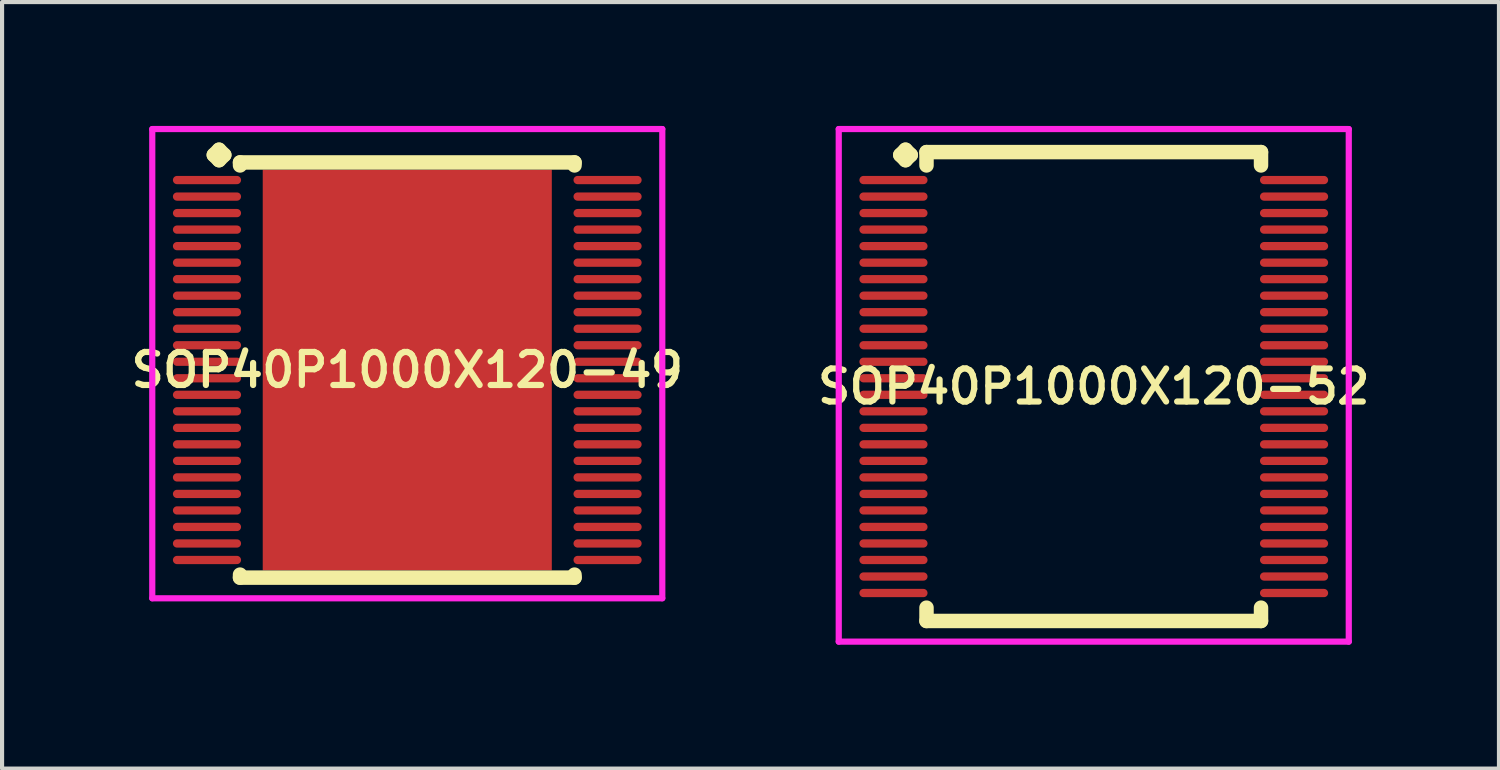
<source format=kicad_pcb>
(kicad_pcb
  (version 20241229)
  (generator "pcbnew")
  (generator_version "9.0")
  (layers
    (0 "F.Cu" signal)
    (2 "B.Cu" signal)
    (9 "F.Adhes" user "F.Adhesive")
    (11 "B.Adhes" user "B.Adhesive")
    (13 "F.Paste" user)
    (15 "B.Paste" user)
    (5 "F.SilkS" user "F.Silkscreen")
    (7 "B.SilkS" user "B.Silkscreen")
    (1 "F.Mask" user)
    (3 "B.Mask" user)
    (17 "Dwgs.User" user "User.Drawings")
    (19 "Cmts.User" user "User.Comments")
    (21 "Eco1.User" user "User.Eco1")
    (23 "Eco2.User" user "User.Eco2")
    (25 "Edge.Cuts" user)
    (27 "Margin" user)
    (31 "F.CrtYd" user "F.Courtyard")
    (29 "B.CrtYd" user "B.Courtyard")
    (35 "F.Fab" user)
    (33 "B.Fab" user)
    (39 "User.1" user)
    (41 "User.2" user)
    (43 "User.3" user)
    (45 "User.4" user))
  (footprint "SOP40P1000X120-52"
    (layer "F.Cu")
    (at 23.435 6.31)
    (property "Reference" "SOP40P1000X120-52" (at 0 0 0) (layer "F.SilkS") (effects (font (size 0.8 0.8) (thickness 0.15))))
    (attr smd)
    (fp_line (start -4.685 -5.608) (end -4.558 -5.735) (stroke (width 0.35) (type solid)) (layer "F.SilkS"))
    (fp_line (start -4.558 -5.735) (end -4.431 -5.608) (stroke (width 0.35) (type solid)) (layer "F.SilkS"))
    (fp_line (start -4.558 -5.481) (end -4.685 -5.608) (stroke (width 0.35) (type solid)) (layer "F.SilkS"))
    (fp_line (start -4.431 -5.608) (end -4.558 -5.481) (stroke (width 0.35) (type solid)) (layer "F.SilkS"))
    (fp_line (start -4.05 -5.677) (end 4.05 -5.677) (stroke (width 0.35) (type solid)) (layer "F.SilkS"))
    (fp_line (start -4.05 -5.354) (end -4.05 -5.677) (stroke (width 0.35) (type solid)) (layer "F.SilkS"))
    (fp_line (start -4.05 5.354) (end -4.05 5.677) (stroke (width 0.35) (type solid)) (layer "F.SilkS"))
    (fp_line (start -4.05 5.677) (end 4.05 5.677) (stroke (width 0.35) (type solid)) (layer "F.SilkS"))
    (fp_line (start 4.05 -5.677) (end 4.05 -5.354) (stroke (width 0.35) (type solid)) (layer "F.SilkS"))
    (fp_line (start 4.05 5.677) (end 4.05 5.354) (stroke (width 0.35) (type solid)) (layer "F.SilkS"))
    (fp_line (start -6.175 -6.235) (end 6.175 -6.235) (stroke (width 0.15) (type solid)) (layer "F.CrtYd"))
    (fp_line (start -6.175 6.177) (end -6.175 -6.235) (stroke (width 0.15) (type solid)) (layer "F.CrtYd"))
    (fp_line (start 6.175 -6.235) (end 6.175 6.177) (stroke (width 0.15) (type solid)) (layer "F.CrtYd"))
    (fp_line (start 6.175 6.177) (end -6.175 6.177) (stroke (width 0.15) (type solid)) (layer "F.CrtYd"))
    (pad "1" smd oval (at -4.85 -5) (size 1.65 0.2) (layers "F.Cu" "F.Mask" "F.Paste"))
    (pad "2" smd oval (at -4.85 -4.6) (size 1.65 0.2) (layers "F.Cu" "F.Mask" "F.Paste"))
    (pad "3" smd oval (at -4.85 -4.2) (size 1.65 0.2) (layers "F.Cu" "F.Mask" "F.Paste"))
    (pad "4" smd oval (at -4.85 -3.8) (size 1.65 0.2) (layers "F.Cu" "F.Mask" "F.Paste"))
    (pad "5" smd oval (at -4.85 -3.4) (size 1.65 0.2) (layers "F.Cu" "F.Mask" "F.Paste"))
    (pad "6" smd oval (at -4.85 -3) (size 1.65 0.2) (layers "F.Cu" "F.Mask" "F.Paste"))
    (pad "7" smd oval (at -4.85 -2.6) (size 1.65 0.2) (layers "F.Cu" "F.Mask" "F.Paste"))
    (pad "8" smd oval (at -4.85 -2.2) (size 1.65 0.2) (layers "F.Cu" "F.Mask" "F.Paste"))
    (pad "9" smd oval (at -4.85 -1.8) (size 1.65 0.2) (layers "F.Cu" "F.Mask" "F.Paste"))
    (pad "10" smd oval (at -4.85 -1.4) (size 1.65 0.2) (layers "F.Cu" "F.Mask" "F.Paste"))
    (pad "11" smd oval (at -4.85 -1) (size 1.65 0.2) (layers "F.Cu" "F.Mask" "F.Paste"))
    (pad "12" smd oval (at -4.85 -0.6) (size 1.65 0.2) (layers "F.Cu" "F.Mask" "F.Paste"))
    (pad "13" smd oval (at -4.85 -0.2) (size 1.65 0.2) (layers "F.Cu" "F.Mask" "F.Paste"))
    (pad "14" smd oval (at -4.85 0.2) (size 1.65 0.2) (layers "F.Cu" "F.Mask" "F.Paste"))
    (pad "15" smd oval (at -4.85 0.6) (size 1.65 0.2) (layers "F.Cu" "F.Mask" "F.Paste"))
    (pad "16" smd oval (at -4.85 1) (size 1.65 0.2) (layers "F.Cu" "F.Mask" "F.Paste"))
    (pad "17" smd oval (at -4.85 1.4) (size 1.65 0.2) (layers "F.Cu" "F.Mask" "F.Paste"))
    (pad "18" smd oval (at -4.85 1.8) (size 1.65 0.2) (layers "F.Cu" "F.Mask" "F.Paste"))
    (pad "19" smd oval (at -4.85 2.2) (size 1.65 0.2) (layers "F.Cu" "F.Mask" "F.Paste"))
    (pad "20" smd oval (at -4.85 2.6) (size 1.65 0.2) (layers "F.Cu" "F.Mask" "F.Paste"))
    (pad "21" smd oval (at -4.85 3) (size 1.65 0.2) (layers "F.Cu" "F.Mask" "F.Paste"))
    (pad "22" smd oval (at -4.85 3.4) (size 1.65 0.2) (layers "F.Cu" "F.Mask" "F.Paste"))
    (pad "23" smd oval (at -4.85 3.8) (size 1.65 0.2) (layers "F.Cu" "F.Mask" "F.Paste"))
    (pad "24" smd oval (at -4.85 4.2) (size 1.65 0.2) (layers "F.Cu" "F.Mask" "F.Paste"))
    (pad "25" smd oval (at -4.85 4.6) (size 1.65 0.2) (layers "F.Cu" "F.Mask" "F.Paste"))
    (pad "26" smd oval (at -4.85 5) (size 1.65 0.2) (layers "F.Cu" "F.Mask" "F.Paste"))
    (pad "27" smd oval (at 4.85 5) (size 1.65 0.2) (layers "F.Cu" "F.Mask" "F.Paste"))
    (pad "28" smd oval (at 4.85 4.6) (size 1.65 0.2) (layers "F.Cu" "F.Mask" "F.Paste"))
    (pad "29" smd oval (at 4.85 4.2) (size 1.65 0.2) (layers "F.Cu" "F.Mask" "F.Paste"))
    (pad "30" smd oval (at 4.85 3.8) (size 1.65 0.2) (layers "F.Cu" "F.Mask" "F.Paste"))
    (pad "31" smd oval (at 4.85 3.4) (size 1.65 0.2) (layers "F.Cu" "F.Mask" "F.Paste"))
    (pad "32" smd oval (at 4.85 3) (size 1.65 0.2) (layers "F.Cu" "F.Mask" "F.Paste"))
    (pad "33" smd oval (at 4.85 2.6) (size 1.65 0.2) (layers "F.Cu" "F.Mask" "F.Paste"))
    (pad "34" smd oval (at 4.85 2.2) (size 1.65 0.2) (layers "F.Cu" "F.Mask" "F.Paste"))
    (pad "35" smd oval (at 4.85 1.8) (size 1.65 0.2) (layers "F.Cu" "F.Mask" "F.Paste"))
    (pad "36" smd oval (at 4.85 1.4) (size 1.65 0.2) (layers "F.Cu" "F.Mask" "F.Paste"))
    (pad "37" smd oval (at 4.85 1) (size 1.65 0.2) (layers "F.Cu" "F.Mask" "F.Paste"))
    (pad "38" smd oval (at 4.85 0.6) (size 1.65 0.2) (layers "F.Cu" "F.Mask" "F.Paste"))
    (pad "39" smd oval (at 4.85 0.2) (size 1.65 0.2) (layers "F.Cu" "F.Mask" "F.Paste"))
    (pad "40" smd oval (at 4.85 -0.2) (size 1.65 0.2) (layers "F.Cu" "F.Mask" "F.Paste"))
    (pad "41" smd oval (at 4.85 -0.6) (size 1.65 0.2) (layers "F.Cu" "F.Mask" "F.Paste"))
    (pad "42" smd oval (at 4.85 -1) (size 1.65 0.2) (layers "F.Cu" "F.Mask" "F.Paste"))
    (pad "43" smd oval (at 4.85 -1.4) (size 1.65 0.2) (layers "F.Cu" "F.Mask" "F.Paste"))
    (pad "44" smd oval (at 4.85 -1.8) (size 1.65 0.2) (layers "F.Cu" "F.Mask" "F.Paste"))
    (pad "45" smd oval (at 4.85 -2.2) (size 1.65 0.2) (layers "F.Cu" "F.Mask" "F.Paste"))
    (pad "46" smd oval (at 4.85 -2.6) (size 1.65 0.2) (layers "F.Cu" "F.Mask" "F.Paste"))
    (pad "47" smd oval (at 4.85 -3) (size 1.65 0.2) (layers "F.Cu" "F.Mask" "F.Paste"))
    (pad "48" smd oval (at 4.85 -3.4) (size 1.65 0.2) (layers "F.Cu" "F.Mask" "F.Paste"))
    (pad "49" smd oval (at 4.85 -3.8) (size 1.65 0.2) (layers "F.Cu" "F.Mask" "F.Paste"))
    (pad "50" smd oval (at 4.85 -4.2) (size 1.65 0.2) (layers "F.Cu" "F.Mask" "F.Paste"))
    (pad "51" smd oval (at 4.85 -4.6) (size 1.65 0.2) (layers "F.Cu" "F.Mask" "F.Paste"))
    (pad "52" smd oval (at 4.85 -5) (size 1.65 0.2) (layers "F.Cu" "F.Mask" "F.Paste")))
  (footprint "SOP40P1000X120-49"
    (layer "F.Cu")
    (at 6.812 5.91)
    (property "Reference" "SOP40P1000X120-49" (at 0 0 0) (layer "F.SilkS") (effects (font (size 0.8 0.8) (thickness 0.15))))
    (attr smd)
    (fp_line (start -4.685 -5.208) (end -4.558 -5.335) (stroke (width 0.35) (type solid)) (layer "F.SilkS"))
    (fp_line (start -4.558 -5.335) (end -4.431 -5.208) (stroke (width 0.35) (type solid)) (layer "F.SilkS"))
    (fp_line (start -4.558 -5.081) (end -4.685 -5.208) (stroke (width 0.35) (type solid)) (layer "F.SilkS"))
    (fp_line (start -4.431 -5.208) (end -4.558 -5.081) (stroke (width 0.35) (type solid)) (layer "F.SilkS"))
    (fp_line (start -4.05 -5.027) (end 4.05 -5.027) (stroke (width 0.35) (type solid)) (layer "F.SilkS"))
    (fp_line (start -4.05 -4.954) (end -4.05 -5.027) (stroke (width 0.35) (type solid)) (layer "F.SilkS"))
    (fp_line (start -4.05 4.954) (end -4.05 5.027) (stroke (width 0.35) (type solid)) (layer "F.SilkS"))
    (fp_line (start -4.05 5.027) (end 4.05 5.027) (stroke (width 0.35) (type solid)) (layer "F.SilkS"))
    (fp_line (start 4.05 -5.027) (end 4.05 -4.954) (stroke (width 0.35) (type solid)) (layer "F.SilkS"))
    (fp_line (start 4.05 5.027) (end 4.05 4.954) (stroke (width 0.35) (type solid)) (layer "F.SilkS"))
    (fp_line (start -6.175 -5.835) (end 6.175 -5.835) (stroke (width 0.15) (type solid)) (layer "F.CrtYd"))
    (fp_line (start -6.175 5.527) (end -6.175 -5.835) (stroke (width 0.15) (type solid)) (layer "F.CrtYd"))
    (fp_line (start 6.175 -5.835) (end 6.175 5.527) (stroke (width 0.15) (type solid)) (layer "F.CrtYd"))
    (fp_line (start 6.175 5.527) (end -6.175 5.527) (stroke (width 0.15) (type solid)) (layer "F.CrtYd"))
    (pad "1" smd oval (at -4.85 -4.6) (size 1.65 0.2) (layers "F.Cu" "F.Mask" "F.Paste"))
    (pad "2" smd oval (at -4.85 -4.2) (size 1.65 0.2) (layers "F.Cu" "F.Mask" "F.Paste"))
    (pad "3" smd oval (at -4.85 -3.8) (size 1.65 0.2) (layers "F.Cu" "F.Mask" "F.Paste"))
    (pad "4" smd oval (at -4.85 -3.4) (size 1.65 0.2) (layers "F.Cu" "F.Mask" "F.Paste"))
    (pad "5" smd oval (at -4.85 -3) (size 1.65 0.2) (layers "F.Cu" "F.Mask" "F.Paste"))
    (pad "6" smd oval (at -4.85 -2.6) (size 1.65 0.2) (layers "F.Cu" "F.Mask" "F.Paste"))
    (pad "7" smd oval (at -4.85 -2.2) (size 1.65 0.2) (layers "F.Cu" "F.Mask" "F.Paste"))
    (pad "8" smd oval (at -4.85 -1.8) (size 1.65 0.2) (layers "F.Cu" "F.Mask" "F.Paste"))
    (pad "9" smd oval (at -4.85 -1.4) (size 1.65 0.2) (layers "F.Cu" "F.Mask" "F.Paste"))
    (pad "10" smd oval (at -4.85 -1) (size 1.65 0.2) (layers "F.Cu" "F.Mask" "F.Paste"))
    (pad "11" smd oval (at -4.85 -0.6) (size 1.65 0.2) (layers "F.Cu" "F.Mask" "F.Paste"))
    (pad "12" smd oval (at -4.85 -0.2) (size 1.65 0.2) (layers "F.Cu" "F.Mask" "F.Paste"))
    (pad "13" smd oval (at -4.85 0.2) (size 1.65 0.2) (layers "F.Cu" "F.Mask" "F.Paste"))
    (pad "14" smd oval (at -4.85 0.6) (size 1.65 0.2) (layers "F.Cu" "F.Mask" "F.Paste"))
    (pad "15" smd oval (at -4.85 1) (size 1.65 0.2) (layers "F.Cu" "F.Mask" "F.Paste"))
    (pad "16" smd oval (at -4.85 1.4) (size 1.65 0.2) (layers "F.Cu" "F.Mask" "F.Paste"))
    (pad "17" smd oval (at -4.85 1.8) (size 1.65 0.2) (layers "F.Cu" "F.Mask" "F.Paste"))
    (pad "18" smd oval (at -4.85 2.2) (size 1.65 0.2) (layers "F.Cu" "F.Mask" "F.Paste"))
    (pad "19" smd oval (at -4.85 2.6) (size 1.65 0.2) (layers "F.Cu" "F.Mask" "F.Paste"))
    (pad "20" smd oval (at -4.85 3) (size 1.65 0.2) (layers "F.Cu" "F.Mask" "F.Paste"))
    (pad "21" smd oval (at -4.85 3.4) (size 1.65 0.2) (layers "F.Cu" "F.Mask" "F.Paste"))
    (pad "22" smd oval (at -4.85 3.8) (size 1.65 0.2) (layers "F.Cu" "F.Mask" "F.Paste"))
    (pad "23" smd oval (at -4.85 4.2) (size 1.65 0.2) (layers "F.Cu" "F.Mask" "F.Paste"))
    (pad "24" smd oval (at -4.85 4.6) (size 1.65 0.2) (layers "F.Cu" "F.Mask" "F.Paste"))
    (pad "25" smd oval (at 4.85 4.6) (size 1.65 0.2) (layers "F.Cu" "F.Mask" "F.Paste"))
    (pad "26" smd oval (at 4.85 4.2) (size 1.65 0.2) (layers "F.Cu" "F.Mask" "F.Paste"))
    (pad "27" smd oval (at 4.85 3.8) (size 1.65 0.2) (layers "F.Cu" "F.Mask" "F.Paste"))
    (pad "28" smd oval (at 4.85 3.4) (size 1.65 0.2) (layers "F.Cu" "F.Mask" "F.Paste"))
    (pad "29" smd oval (at 4.85 3) (size 1.65 0.2) (layers "F.Cu" "F.Mask" "F.Paste"))
    (pad "30" smd oval (at 4.85 2.6) (size 1.65 0.2) (layers "F.Cu" "F.Mask" "F.Paste"))
    (pad "31" smd oval (at 4.85 2.2) (size 1.65 0.2) (layers "F.Cu" "F.Mask" "F.Paste"))
    (pad "32" smd oval (at 4.85 1.8) (size 1.65 0.2) (layers "F.Cu" "F.Mask" "F.Paste"))
    (pad "33" smd oval (at 4.85 1.4) (size 1.65 0.2) (layers "F.Cu" "F.Mask" "F.Paste"))
    (pad "34" smd oval (at 4.85 1) (size 1.65 0.2) (layers "F.Cu" "F.Mask" "F.Paste"))
    (pad "35" smd oval (at 4.85 0.6) (size 1.65 0.2) (layers "F.Cu" "F.Mask" "F.Paste"))
    (pad "36" smd oval (at 4.85 0.2) (size 1.65 0.2) (layers "F.Cu" "F.Mask" "F.Paste"))
    (pad "37" smd oval (at 4.85 -0.2) (size 1.65 0.2) (layers "F.Cu" "F.Mask" "F.Paste"))
    (pad "38" smd oval (at 4.85 -0.6) (size 1.65 0.2) (layers "F.Cu" "F.Mask" "F.Paste"))
    (pad "39" smd oval (at 4.85 -1) (size 1.65 0.2) (layers "F.Cu" "F.Mask" "F.Paste"))
    (pad "40" smd oval (at 4.85 -1.4) (size 1.65 0.2) (layers "F.Cu" "F.Mask" "F.Paste"))
    (pad "41" smd oval (at 4.85 -1.8) (size 1.65 0.2) (layers "F.Cu" "F.Mask" "F.Paste"))
    (pad "42" smd oval (at 4.85 -2.2) (size 1.65 0.2) (layers "F.Cu" "F.Mask" "F.Paste"))
    (pad "43" smd oval (at 4.85 -2.6) (size 1.65 0.2) (layers "F.Cu" "F.Mask" "F.Paste"))
    (pad "44" smd oval (at 4.85 -3) (size 1.65 0.2) (layers "F.Cu" "F.Mask" "F.Paste"))
    (pad "45" smd oval (at 4.85 -3.4) (size 1.65 0.2) (layers "F.Cu" "F.Mask" "F.Paste"))
    (pad "46" smd oval (at 4.85 -3.8) (size 1.65 0.2) (layers "F.Cu" "F.Mask" "F.Paste"))
    (pad "47" smd oval (at 4.85 -4.2) (size 1.65 0.2) (layers "F.Cu" "F.Mask" "F.Paste"))
    (pad "48" smd oval (at 4.85 -4.6) (size 1.65 0.2) (layers "F.Cu" "F.Mask" "F.Paste"))
    (pad "49" smd rect (at 0 0) (size 7 9.7) (layers "F.Cu" "F.Mask" "F.Paste")))
  (gr_rect
    (start -3 -3)
    (end 33.247 15.562)
    (stroke (width 0.1) (type default))
    (fill no)
    (layer "Edge.Cuts")))
</source>
